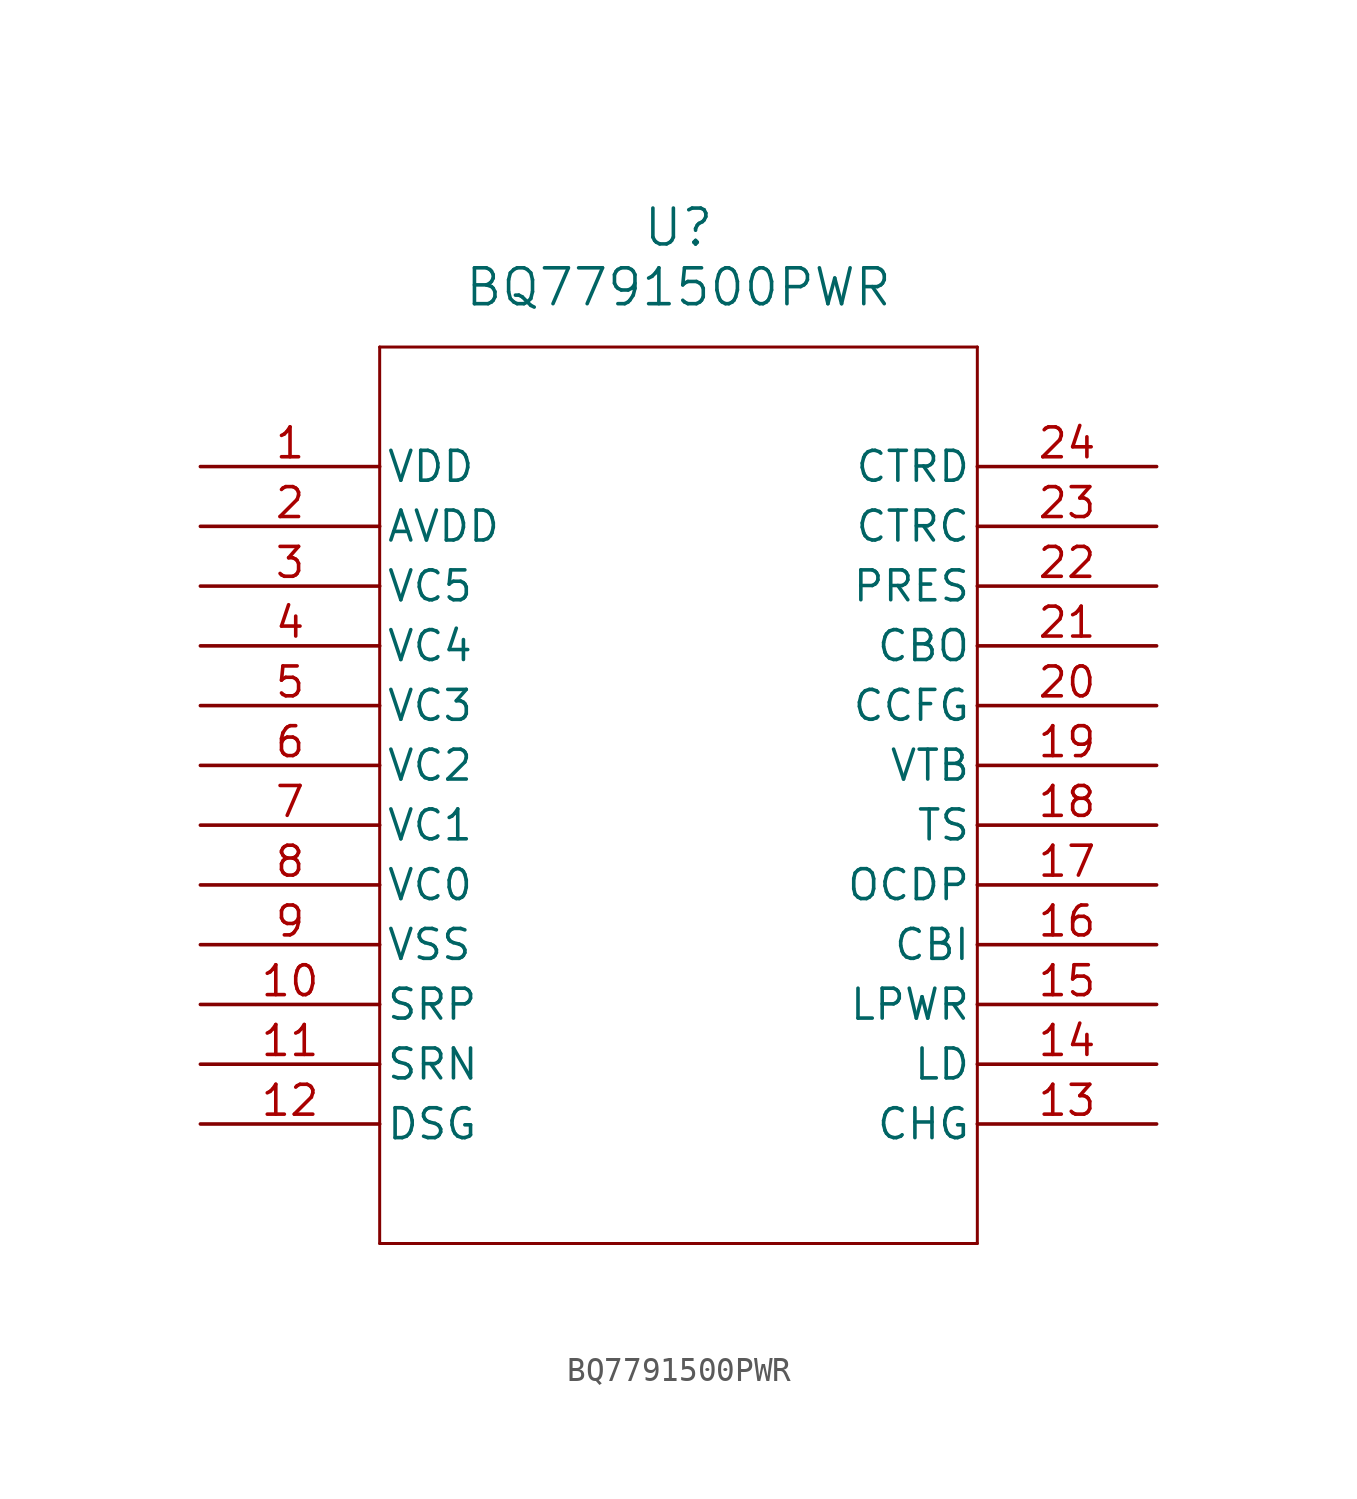
<source format=kicad_sym>
(kicad_symbol_lib
  (version 20231120)
  (generator "kicad_symbol_editor")
  (generator_version "8.0")
  (symbol "BQ7791500PWR"
    (pin_names
      (offset 0.254))
    (property "Reference" "U"
      (at 20.32 10.16 0)
      (effects (font (size 1.524 1.524))))
    (property "Value" "BQ7791500PWR"
      (at 20.32 7.62 0)
      (effects (font (size 1.524 1.524))))
    (property "ki_locked" ""
      (at 0 0 0)
      (effects (font (size 1.27 1.27))))
    (symbol "BQ7791500PWR_0_1"
      (polyline (pts (xy 7.62 -33.02) (xy 33.02 -33.02)) (stroke (width 0.127) (type default)) (fill (type none)))
      (polyline (pts (xy 7.62 5.08) (xy 7.62 -33.02)) (stroke (width 0.127) (type default)) (fill (type none)))
      (polyline (pts (xy 33.02 -33.02) (xy 33.02 5.08)) (stroke (width 0.127) (type default)) (fill (type none)))
      (polyline (pts (xy 33.02 5.08) (xy 7.62 5.08)) (stroke (width 0.127) (type default)) (fill (type none)))
      (pin power_in line (at 0 0 0) (length 7.62) (name "VDD" (effects (font (size 1.27 1.27)))) (number "1" (effects (font (size 1.27 1.27)))))
      (pin input line (at 0 -22.86 0) (length 7.62) (name "SRP" (effects (font (size 1.27 1.27)))) (number "10" (effects (font (size 1.27 1.27)))))
      (pin input line (at 0 -25.4 0) (length 7.62) (name "SRN" (effects (font (size 1.27 1.27)))) (number "11" (effects (font (size 1.27 1.27)))))
      (pin output line (at 0 -27.94 0) (length 7.62) (name "DSG" (effects (font (size 1.27 1.27)))) (number "12" (effects (font (size 1.27 1.27)))))
      (pin output line (at 40.64 -27.94 180) (length 7.62) (name "CHG" (effects (font (size 1.27 1.27)))) (number "13" (effects (font (size 1.27 1.27)))))
      (pin input line (at 40.64 -25.4 180) (length 7.62) (name "LD" (effects (font (size 1.27 1.27)))) (number "14" (effects (font (size 1.27 1.27)))))
      (pin output line (at 40.64 -22.86 180) (length 7.62) (name "LPWR" (effects (font (size 1.27 1.27)))) (number "15" (effects (font (size 1.27 1.27)))))
      (pin input line (at 40.64 -20.32 180) (length 7.62) (name "CBI" (effects (font (size 1.27 1.27)))) (number "16" (effects (font (size 1.27 1.27)))))
      (pin input line (at 40.64 -17.78 180) (length 7.62) (name "OCDP" (effects (font (size 1.27 1.27)))) (number "17" (effects (font (size 1.27 1.27)))))
      (pin input line (at 40.64 -15.24 180) (length 7.62) (name "TS" (effects (font (size 1.27 1.27)))) (number "18" (effects (font (size 1.27 1.27)))))
      (pin output line (at 40.64 -12.7 180) (length 7.62) (name "VTB" (effects (font (size 1.27 1.27)))) (number "19" (effects (font (size 1.27 1.27)))))
      (pin power_in line (at 0 -2.54 0) (length 7.62) (name "AVDD" (effects (font (size 1.27 1.27)))) (number "2" (effects (font (size 1.27 1.27)))))
      (pin input line (at 40.64 -10.16 180) (length 7.62) (name "CCFG" (effects (font (size 1.27 1.27)))) (number "20" (effects (font (size 1.27 1.27)))))
      (pin output line (at 40.64 -7.62 180) (length 7.62) (name "CBO" (effects (font (size 1.27 1.27)))) (number "21" (effects (font (size 1.27 1.27)))))
      (pin input line (at 40.64 -5.08 180) (length 7.62) (name "PRES" (effects (font (size 1.27 1.27)))) (number "22" (effects (font (size 1.27 1.27)))))
      (pin input line (at 40.64 -2.54 180) (length 7.62) (name "CTRC" (effects (font (size 1.27 1.27)))) (number "23" (effects (font (size 1.27 1.27)))))
      (pin input line (at 40.64 0 180) (length 7.62) (name "CTRD" (effects (font (size 1.27 1.27)))) (number "24" (effects (font (size 1.27 1.27)))))
      (pin input line (at 0 -5.08 0) (length 7.62) (name "VC5" (effects (font (size 1.27 1.27)))) (number "3" (effects (font (size 1.27 1.27)))))
      (pin input line (at 0 -7.62 0) (length 7.62) (name "VC4" (effects (font (size 1.27 1.27)))) (number "4" (effects (font (size 1.27 1.27)))))
      (pin input line (at 0 -10.16 0) (length 7.62) (name "VC3" (effects (font (size 1.27 1.27)))) (number "5" (effects (font (size 1.27 1.27)))))
      (pin input line (at 0 -12.7 0) (length 7.62) (name "VC2" (effects (font (size 1.27 1.27)))) (number "6" (effects (font (size 1.27 1.27)))))
      (pin input line (at 0 -15.24 0) (length 7.62) (name "VC1" (effects (font (size 1.27 1.27)))) (number "7" (effects (font (size 1.27 1.27)))))
      (pin input line (at 0 -17.78 0) (length 7.62) (name "VC0" (effects (font (size 1.27 1.27)))) (number "8" (effects (font (size 1.27 1.27)))))
      (pin power_in line (at 0 -20.32 0) (length 7.62) (name "VSS" (effects (font (size 1.27 1.27)))) (number "9" (effects (font (size 1.27 1.27))))))))
</source>
